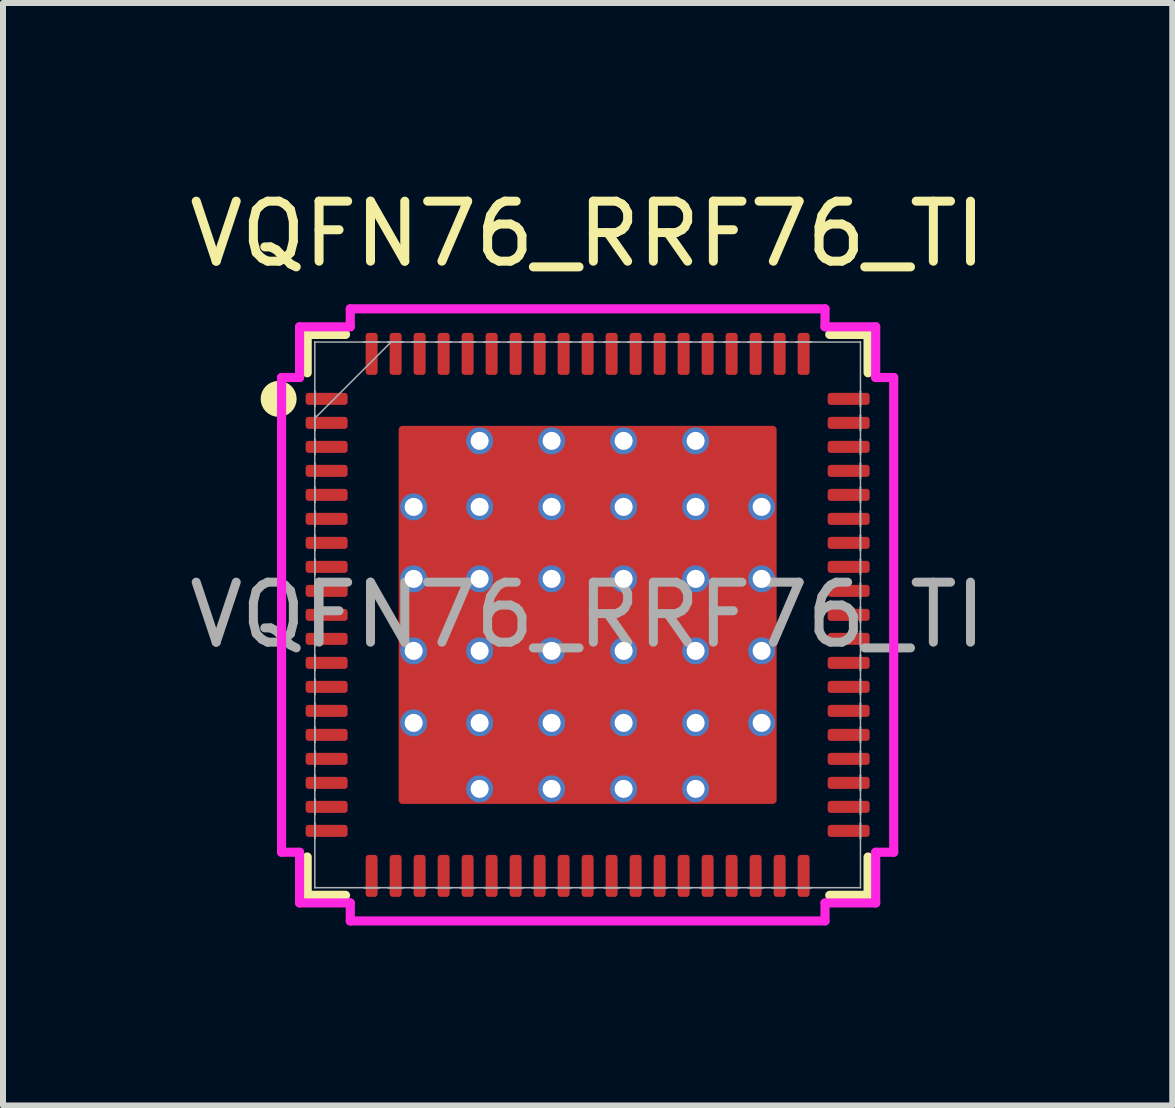
<source format=kicad_pcb>
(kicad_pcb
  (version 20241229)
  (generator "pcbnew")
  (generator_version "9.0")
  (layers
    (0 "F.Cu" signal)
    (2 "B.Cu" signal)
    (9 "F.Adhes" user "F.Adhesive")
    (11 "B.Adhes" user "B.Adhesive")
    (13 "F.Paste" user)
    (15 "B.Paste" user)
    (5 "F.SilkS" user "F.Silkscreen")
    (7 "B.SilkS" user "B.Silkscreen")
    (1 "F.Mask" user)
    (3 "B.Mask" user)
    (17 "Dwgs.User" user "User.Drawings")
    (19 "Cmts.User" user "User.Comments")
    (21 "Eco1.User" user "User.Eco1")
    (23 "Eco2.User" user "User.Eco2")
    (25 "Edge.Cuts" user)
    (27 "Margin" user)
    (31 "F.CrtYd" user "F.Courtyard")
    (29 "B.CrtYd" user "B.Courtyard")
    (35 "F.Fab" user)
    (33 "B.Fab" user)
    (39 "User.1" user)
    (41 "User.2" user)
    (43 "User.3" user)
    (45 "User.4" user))
  (footprint "VQFN76_RRF76_TI"
    (layer "F.Cu")
    (at 6.744 7.198)
    (property "Reference" "VQFN76_RRF76_TI" (at 0 -6.35 0) (unlocked yes) (layer "F.SilkS") (effects (font (size 1 1) (thickness 0.15))))
    (attr smd)
    (fp_line (start -4.674 -4.674) (end -4.674 -4.035) (stroke (width 0.152) (type solid)) (layer "F.SilkS"))
    (fp_line (start -4.674 4.035) (end -4.674 4.674) (stroke (width 0.152) (type solid)) (layer "F.SilkS"))
    (fp_line (start -4.674 4.674) (end -4.035 4.674) (stroke (width 0.152) (type solid)) (layer "F.SilkS"))
    (fp_line (start -4.035 -4.674) (end -4.674 -4.674) (stroke (width 0.152) (type solid)) (layer "F.SilkS"))
    (fp_line (start 4.035 4.674) (end 4.674 4.674) (stroke (width 0.152) (type solid)) (layer "F.SilkS"))
    (fp_line (start 4.674 -4.674) (end 4.035 -4.674) (stroke (width 0.152) (type solid)) (layer "F.SilkS"))
    (fp_line (start 4.674 -4.035) (end 4.674 -4.674) (stroke (width 0.152) (type solid)) (layer "F.SilkS"))
    (fp_line (start 4.674 4.674) (end 4.674 4.035) (stroke (width 0.152) (type solid)) (layer "F.SilkS"))
    (fp_circle (center -5.15 -3.6) (end -5 -3.6) (stroke (width 0.3) (type default)) (fill no) (layer "F.SilkS"))
    (fp_rect (start -2.9 -2.9) (end -1.9 -1.9) (stroke (width 0) (type solid)) (fill yes) (layer "F.Paste"))
    (fp_rect (start -2.9 -1.7) (end -1.9 -0.7) (stroke (width 0) (type solid)) (fill yes) (layer "F.Paste"))
    (fp_rect (start -2.9 -0.5) (end -1.9 0.5) (stroke (width 0) (type solid)) (fill yes) (layer "F.Paste"))
    (fp_rect (start -2.9 0.7) (end -1.9 1.7) (stroke (width 0) (type solid)) (fill yes) (layer "F.Paste"))
    (fp_rect (start -2.9 1.9) (end -1.9 2.9) (stroke (width 0) (type solid)) (fill yes) (layer "F.Paste"))
    (fp_rect (start -1.7 -2.9) (end -0.7 -1.9) (stroke (width 0) (type solid)) (fill yes) (layer "F.Paste"))
    (fp_rect (start -1.7 -1.7) (end -0.7 -0.7) (stroke (width 0) (type solid)) (fill yes) (layer "F.Paste"))
    (fp_rect (start -1.7 -0.5) (end -0.7 0.5) (stroke (width 0) (type solid)) (fill yes) (layer "F.Paste"))
    (fp_rect (start -1.7 0.7) (end -0.7 1.7) (stroke (width 0) (type solid)) (fill yes) (layer "F.Paste"))
    (fp_rect (start -1.7 1.9) (end -0.7 2.9) (stroke (width 0) (type solid)) (fill yes) (layer "F.Paste"))
    (fp_rect (start -0.5 -2.9) (end 0.5 -1.9) (stroke (width 0) (type solid)) (fill yes) (layer "F.Paste"))
    (fp_rect (start -0.5 -1.7) (end 0.5 -0.7) (stroke (width 0) (type solid)) (fill yes) (layer "F.Paste"))
    (fp_rect (start -0.5 -0.5) (end 0.5 0.5) (stroke (width 0) (type solid)) (fill yes) (layer "F.Paste"))
    (fp_rect (start -0.5 0.7) (end 0.5 1.7) (stroke (width 0) (type solid)) (fill yes) (layer "F.Paste"))
    (fp_rect (start -0.5 1.9) (end 0.5 2.9) (stroke (width 0) (type solid)) (fill yes) (layer "F.Paste"))
    (fp_rect (start 0.7 -2.9) (end 1.7 -1.9) (stroke (width 0) (type solid)) (fill yes) (layer "F.Paste"))
    (fp_rect (start 0.7 -1.7) (end 1.7 -0.7) (stroke (width 0) (type solid)) (fill yes) (layer "F.Paste"))
    (fp_rect (start 0.7 -0.5) (end 1.7 0.5) (stroke (width 0) (type solid)) (fill yes) (layer "F.Paste"))
    (fp_rect (start 0.7 0.7) (end 1.7 1.7) (stroke (width 0) (type solid)) (fill yes) (layer "F.Paste"))
    (fp_rect (start 0.7 1.9) (end 1.7 2.9) (stroke (width 0) (type solid)) (fill yes) (layer "F.Paste"))
    (fp_rect (start 1.9 -2.9) (end 2.9 -1.9) (stroke (width 0) (type solid)) (fill yes) (layer "F.Paste"))
    (fp_rect (start 1.9 -1.7) (end 2.9 -0.7) (stroke (width 0) (type solid)) (fill yes) (layer "F.Paste"))
    (fp_rect (start 1.9 -0.5) (end 2.9 0.5) (stroke (width 0) (type solid)) (fill yes) (layer "F.Paste"))
    (fp_rect (start 1.9 0.7) (end 2.9 1.7) (stroke (width 0) (type solid)) (fill yes) (layer "F.Paste"))
    (fp_rect (start 1.9 1.9) (end 2.9 2.9) (stroke (width 0) (type solid)) (fill yes) (layer "F.Paste"))
    (fp_line (start -5.101 -3.956) (end -4.801 -3.956) (stroke (width 0.152) (type solid)) (layer "F.CrtYd"))
    (fp_line (start -5.101 3.956) (end -5.101 -3.956) (stroke (width 0.152) (type solid)) (layer "F.CrtYd"))
    (fp_line (start -4.801 -4.801) (end -3.956 -4.801) (stroke (width 0.152) (type solid)) (layer "F.CrtYd"))
    (fp_line (start -4.801 -3.956) (end -4.801 -4.801) (stroke (width 0.152) (type solid)) (layer "F.CrtYd"))
    (fp_line (start -4.801 3.956) (end -5.101 3.956) (stroke (width 0.152) (type solid)) (layer "F.CrtYd"))
    (fp_line (start -4.801 4.801) (end -4.801 3.956) (stroke (width 0.152) (type solid)) (layer "F.CrtYd"))
    (fp_line (start -3.956 -5.101) (end 3.956 -5.101) (stroke (width 0.152) (type solid)) (layer "F.CrtYd"))
    (fp_line (start -3.956 -4.801) (end -3.956 -5.101) (stroke (width 0.152) (type solid)) (layer "F.CrtYd"))
    (fp_line (start -3.956 4.801) (end -4.801 4.801) (stroke (width 0.152) (type solid)) (layer "F.CrtYd"))
    (fp_line (start -3.956 5.101) (end -3.956 4.801) (stroke (width 0.152) (type solid)) (layer "F.CrtYd"))
    (fp_line (start 3.956 -5.101) (end 3.956 -4.801) (stroke (width 0.152) (type solid)) (layer "F.CrtYd"))
    (fp_line (start 3.956 -4.801) (end 4.801 -4.801) (stroke (width 0.152) (type solid)) (layer "F.CrtYd"))
    (fp_line (start 3.956 4.801) (end 3.956 5.101) (stroke (width 0.152) (type solid)) (layer "F.CrtYd"))
    (fp_line (start 3.956 5.101) (end -3.956 5.101) (stroke (width 0.152) (type solid)) (layer "F.CrtYd"))
    (fp_line (start 4.801 -4.801) (end 4.801 -3.956) (stroke (width 0.152) (type solid)) (layer "F.CrtYd"))
    (fp_line (start 4.801 -3.956) (end 5.101 -3.956) (stroke (width 0.152) (type solid)) (layer "F.CrtYd"))
    (fp_line (start 4.801 3.956) (end 4.801 4.801) (stroke (width 0.152) (type solid)) (layer "F.CrtYd"))
    (fp_line (start 4.801 4.801) (end 3.956 4.801) (stroke (width 0.152) (type solid)) (layer "F.CrtYd"))
    (fp_line (start 5.101 -3.956) (end 5.101 3.956) (stroke (width 0.152) (type solid)) (layer "F.CrtYd"))
    (fp_line (start 5.101 3.956) (end 4.801 3.956) (stroke (width 0.152) (type solid)) (layer "F.CrtYd"))
    (fp_line (start -4.547 -4.547) (end -4.547 -4.547) (stroke (width 0.025) (type solid)) (layer "F.Fab"))
    (fp_line (start -4.547 -4.547) (end -4.547 4.547) (stroke (width 0.025) (type solid)) (layer "F.Fab"))
    (fp_line (start -4.547 -3.727) (end -4.547 -3.727) (stroke (width 0.025) (type solid)) (layer "F.Fab"))
    (fp_line (start -4.547 -3.727) (end -4.547 -3.473) (stroke (width 0.025) (type solid)) (layer "F.Fab"))
    (fp_line (start -4.547 -3.473) (end -4.547 -3.727) (stroke (width 0.025) (type solid)) (layer "F.Fab"))
    (fp_line (start -4.547 -3.473) (end -4.547 -3.473) (stroke (width 0.025) (type solid)) (layer "F.Fab"))
    (fp_line (start -4.547 -3.327) (end -4.547 -3.327) (stroke (width 0.025) (type solid)) (layer "F.Fab"))
    (fp_line (start -4.547 -3.327) (end -4.547 -3.073) (stroke (width 0.025) (type solid)) (layer "F.Fab"))
    (fp_line (start -4.547 -3.277) (end -3.277 -4.547) (stroke (width 0.025) (type solid)) (layer "F.Fab"))
    (fp_line (start -4.547 -3.073) (end -4.547 -3.327) (stroke (width 0.025) (type solid)) (layer "F.Fab"))
    (fp_line (start -4.547 -3.073) (end -4.547 -3.073) (stroke (width 0.025) (type solid)) (layer "F.Fab"))
    (fp_line (start -4.547 -2.927) (end -4.547 -2.927) (stroke (width 0.025) (type solid)) (layer "F.Fab"))
    (fp_line (start -4.547 -2.927) (end -4.547 -2.673) (stroke (width 0.025) (type solid)) (layer "F.Fab"))
    (fp_line (start -4.547 -2.673) (end -4.547 -2.927) (stroke (width 0.025) (type solid)) (layer "F.Fab"))
    (fp_line (start -4.547 -2.673) (end -4.547 -2.673) (stroke (width 0.025) (type solid)) (layer "F.Fab"))
    (fp_line (start -4.547 -2.527) (end -4.547 -2.527) (stroke (width 0.025) (type solid)) (layer "F.Fab"))
    (fp_line (start -4.547 -2.527) (end -4.547 -2.273) (stroke (width 0.025) (type solid)) (layer "F.Fab"))
    (fp_line (start -4.547 -2.273) (end -4.547 -2.527) (stroke (width 0.025) (type solid)) (layer "F.Fab"))
    (fp_line (start -4.547 -2.273) (end -4.547 -2.273) (stroke (width 0.025) (type solid)) (layer "F.Fab"))
    (fp_line (start -4.547 -2.127) (end -4.547 -2.127) (stroke (width 0.025) (type solid)) (layer "F.Fab"))
    (fp_line (start -4.547 -2.127) (end -4.547 -1.873) (stroke (width 0.025) (type solid)) (layer "F.Fab"))
    (fp_line (start -4.547 -1.873) (end -4.547 -2.127) (stroke (width 0.025) (type solid)) (layer "F.Fab"))
    (fp_line (start -4.547 -1.873) (end -4.547 -1.873) (stroke (width 0.025) (type solid)) (layer "F.Fab"))
    (fp_line (start -4.547 -1.727) (end -4.547 -1.727) (stroke (width 0.025) (type solid)) (layer "F.Fab"))
    (fp_line (start -4.547 -1.727) (end -4.547 -1.473) (stroke (width 0.025) (type solid)) (layer "F.Fab"))
    (fp_line (start -4.547 -1.473) (end -4.547 -1.727) (stroke (width 0.025) (type solid)) (layer "F.Fab"))
    (fp_line (start -4.547 -1.473) (end -4.547 -1.473) (stroke (width 0.025) (type solid)) (layer "F.Fab"))
    (fp_line (start -4.547 -1.327) (end -4.547 -1.327) (stroke (width 0.025) (type solid)) (layer "F.Fab"))
    (fp_line (start -4.547 -1.327) (end -4.547 -1.073) (stroke (width 0.025) (type solid)) (layer "F.Fab"))
    (fp_line (start -4.547 -1.073) (end -4.547 -1.327) (stroke (width 0.025) (type solid)) (layer "F.Fab"))
    (fp_line (start -4.547 -1.073) (end -4.547 -1.073) (stroke (width 0.025) (type solid)) (layer "F.Fab"))
    (fp_line (start -4.547 -0.927) (end -4.547 -0.927) (stroke (width 0.025) (type solid)) (layer "F.Fab"))
    (fp_line (start -4.547 -0.927) (end -4.547 -0.673) (stroke (width 0.025) (type solid)) (layer "F.Fab"))
    (fp_line (start -4.547 -0.673) (end -4.547 -0.927) (stroke (width 0.025) (type solid)) (layer "F.Fab"))
    (fp_line (start -4.547 -0.673) (end -4.547 -0.673) (stroke (width 0.025) (type solid)) (layer "F.Fab"))
    (fp_line (start -4.547 -0.527) (end -4.547 -0.527) (stroke (width 0.025) (type solid)) (layer "F.Fab"))
    (fp_line (start -4.547 -0.527) (end -4.547 -0.273) (stroke (width 0.025) (type solid)) (layer "F.Fab"))
    (fp_line (start -4.547 -0.273) (end -4.547 -0.527) (stroke (width 0.025) (type solid)) (layer "F.Fab"))
    (fp_line (start -4.547 -0.273) (end -4.547 -0.273) (stroke (width 0.025) (type solid)) (layer "F.Fab"))
    (fp_line (start -4.547 -0.127) (end -4.547 -0.127) (stroke (width 0.025) (type solid)) (layer "F.Fab"))
    (fp_line (start -4.547 -0.127) (end -4.547 0.127) (stroke (width 0.025) (type solid)) (layer "F.Fab"))
    (fp_line (start -4.547 0.127) (end -4.547 -0.127) (stroke (width 0.025) (type solid)) (layer "F.Fab"))
    (fp_line (start -4.547 0.127) (end -4.547 0.127) (stroke (width 0.025) (type solid)) (layer "F.Fab"))
    (fp_line (start -4.547 0.273) (end -4.547 0.273) (stroke (width 0.025) (type solid)) (layer "F.Fab"))
    (fp_line (start -4.547 0.273) (end -4.547 0.527) (stroke (width 0.025) (type solid)) (layer "F.Fab"))
    (fp_line (start -4.547 0.527) (end -4.547 0.273) (stroke (width 0.025) (type solid)) (layer "F.Fab"))
    (fp_line (start -4.547 0.527) (end -4.547 0.527) (stroke (width 0.025) (type solid)) (layer "F.Fab"))
    (fp_line (start -4.547 0.673) (end -4.547 0.673) (stroke (width 0.025) (type solid)) (layer "F.Fab"))
    (fp_line (start -4.547 0.673) (end -4.547 0.927) (stroke (width 0.025) (type solid)) (layer "F.Fab"))
    (fp_line (start -4.547 0.927) (end -4.547 0.673) (stroke (width 0.025) (type solid)) (layer "F.Fab"))
    (fp_line (start -4.547 0.927) (end -4.547 0.927) (stroke (width 0.025) (type solid)) (layer "F.Fab"))
    (fp_line (start -4.547 1.073) (end -4.547 1.073) (stroke (width 0.025) (type solid)) (layer "F.Fab"))
    (fp_line (start -4.547 1.073) (end -4.547 1.327) (stroke (width 0.025) (type solid)) (layer "F.Fab"))
    (fp_line (start -4.547 1.327) (end -4.547 1.073) (stroke (width 0.025) (type solid)) (layer "F.Fab"))
    (fp_line (start -4.547 1.327) (end -4.547 1.327) (stroke (width 0.025) (type solid)) (layer "F.Fab"))
    (fp_line (start -4.547 1.473) (end -4.547 1.473) (stroke (width 0.025) (type solid)) (layer "F.Fab"))
    (fp_line (start -4.547 1.473) (end -4.547 1.727) (stroke (width 0.025) (type solid)) (layer "F.Fab"))
    (fp_line (start -4.547 1.727) (end -4.547 1.473) (stroke (width 0.025) (type solid)) (layer "F.Fab"))
    (fp_line (start -4.547 1.727) (end -4.547 1.727) (stroke (width 0.025) (type solid)) (layer "F.Fab"))
    (fp_line (start -4.547 1.873) (end -4.547 1.873) (stroke (width 0.025) (type solid)) (layer "F.Fab"))
    (fp_line (start -4.547 1.873) (end -4.547 2.127) (stroke (width 0.025) (type solid)) (layer "F.Fab"))
    (fp_line (start -4.547 2.127) (end -4.547 1.873) (stroke (width 0.025) (type solid)) (layer "F.Fab"))
    (fp_line (start -4.547 2.127) (end -4.547 2.127) (stroke (width 0.025) (type solid)) (layer "F.Fab"))
    (fp_line (start -4.547 2.273) (end -4.547 2.273) (stroke (width 0.025) (type solid)) (layer "F.Fab"))
    (fp_line (start -4.547 2.273) (end -4.547 2.527) (stroke (width 0.025) (type solid)) (layer "F.Fab"))
    (fp_line (start -4.547 2.527) (end -4.547 2.273) (stroke (width 0.025) (type solid)) (layer "F.Fab"))
    (fp_line (start -4.547 2.527) (end -4.547 2.527) (stroke (width 0.025) (type solid)) (layer "F.Fab"))
    (fp_line (start -4.547 2.673) (end -4.547 2.673) (stroke (width 0.025) (type solid)) (layer "F.Fab"))
    (fp_line (start -4.547 2.673) (end -4.547 2.927) (stroke (width 0.025) (type solid)) (layer "F.Fab"))
    (fp_line (start -4.547 2.927) (end -4.547 2.673) (stroke (width 0.025) (type solid)) (layer "F.Fab"))
    (fp_line (start -4.547 2.927) (end -4.547 2.927) (stroke (width 0.025) (type solid)) (layer "F.Fab"))
    (fp_line (start -4.547 3.073) (end -4.547 3.073) (stroke (width 0.025) (type solid)) (layer "F.Fab"))
    (fp_line (start -4.547 3.073) (end -4.547 3.327) (stroke (width 0.025) (type solid)) (layer "F.Fab"))
    (fp_line (start -4.547 3.327) (end -4.547 3.073) (stroke (width 0.025) (type solid)) (layer "F.Fab"))
    (fp_line (start -4.547 3.327) (end -4.547 3.327) (stroke (width 0.025) (type solid)) (layer "F.Fab"))
    (fp_line (start -4.547 3.473) (end -4.547 3.473) (stroke (width 0.025) (type solid)) (layer "F.Fab"))
    (fp_line (start -4.547 3.473) (end -4.547 3.727) (stroke (width 0.025) (type solid)) (layer "F.Fab"))
    (fp_line (start -4.547 3.727) (end -4.547 3.473) (stroke (width 0.025) (type solid)) (layer "F.Fab"))
    (fp_line (start -4.547 3.727) (end -4.547 3.727) (stroke (width 0.025) (type solid)) (layer "F.Fab"))
    (fp_line (start -4.547 4.547) (end -4.547 4.547) (stroke (width 0.025) (type solid)) (layer "F.Fab"))
    (fp_line (start -4.547 4.547) (end 4.547 4.547) (stroke (width 0.025) (type solid)) (layer "F.Fab"))
    (fp_line (start -3.727 -4.547) (end -3.727 -4.547) (stroke (width 0.025) (type solid)) (layer "F.Fab"))
    (fp_line (start -3.727 -4.547) (end -3.473 -4.547) (stroke (width 0.025) (type solid)) (layer "F.Fab"))
    (fp_line (start -3.727 4.547) (end -3.727 4.547) (stroke (width 0.025) (type solid)) (layer "F.Fab"))
    (fp_line (start -3.727 4.547) (end -3.473 4.547) (stroke (width 0.025) (type solid)) (layer "F.Fab"))
    (fp_line (start -3.473 -4.547) (end -3.727 -4.547) (stroke (width 0.025) (type solid)) (layer "F.Fab"))
    (fp_line (start -3.473 -4.547) (end -3.473 -4.547) (stroke (width 0.025) (type solid)) (layer "F.Fab"))
    (fp_line (start -3.473 4.547) (end -3.727 4.547) (stroke (width 0.025) (type solid)) (layer "F.Fab"))
    (fp_line (start -3.473 4.547) (end -3.473 4.547) (stroke (width 0.025) (type solid)) (layer "F.Fab"))
    (fp_line (start -3.327 -4.547) (end -3.327 -4.547) (stroke (width 0.025) (type solid)) (layer "F.Fab"))
    (fp_line (start -3.327 -4.547) (end -3.073 -4.547) (stroke (width 0.025) (type solid)) (layer "F.Fab"))
    (fp_line (start -3.327 4.547) (end -3.327 4.547) (stroke (width 0.025) (type solid)) (layer "F.Fab"))
    (fp_line (start -3.327 4.547) (end -3.073 4.547) (stroke (width 0.025) (type solid)) (layer "F.Fab"))
    (fp_line (start -3.073 -4.547) (end -3.327 -4.547) (stroke (width 0.025) (type solid)) (layer "F.Fab"))
    (fp_line (start -3.073 -4.547) (end -3.073 -4.547) (stroke (width 0.025) (type solid)) (layer "F.Fab"))
    (fp_line (start -3.073 4.547) (end -3.327 4.547) (stroke (width 0.025) (type solid)) (layer "F.Fab"))
    (fp_line (start -3.073 4.547) (end -3.073 4.547) (stroke (width 0.025) (type solid)) (layer "F.Fab"))
    (fp_line (start -2.927 -4.547) (end -2.927 -4.547) (stroke (width 0.025) (type solid)) (layer "F.Fab"))
    (fp_line (start -2.927 -4.547) (end -2.673 -4.547) (stroke (width 0.025) (type solid)) (layer "F.Fab"))
    (fp_line (start -2.927 4.547) (end -2.927 4.547) (stroke (width 0.025) (type solid)) (layer "F.Fab"))
    (fp_line (start -2.927 4.547) (end -2.673 4.547) (stroke (width 0.025) (type solid)) (layer "F.Fab"))
    (fp_line (start -2.673 -4.547) (end -2.927 -4.547) (stroke (width 0.025) (type solid)) (layer "F.Fab"))
    (fp_line (start -2.673 -4.547) (end -2.673 -4.547) (stroke (width 0.025) (type solid)) (layer "F.Fab"))
    (fp_line (start -2.673 4.547) (end -2.927 4.547) (stroke (width 0.025) (type solid)) (layer "F.Fab"))
    (fp_line (start -2.673 4.547) (end -2.673 4.547) (stroke (width 0.025) (type solid)) (layer "F.Fab"))
    (fp_line (start -2.527 -4.547) (end -2.527 -4.547) (stroke (width 0.025) (type solid)) (layer "F.Fab"))
    (fp_line (start -2.527 -4.547) (end -2.273 -4.547) (stroke (width 0.025) (type solid)) (layer "F.Fab"))
    (fp_line (start -2.527 4.547) (end -2.527 4.547) (stroke (width 0.025) (type solid)) (layer "F.Fab"))
    (fp_line (start -2.527 4.547) (end -2.273 4.547) (stroke (width 0.025) (type solid)) (layer "F.Fab"))
    (fp_line (start -2.273 -4.547) (end -2.527 -4.547) (stroke (width 0.025) (type solid)) (layer "F.Fab"))
    (fp_line (start -2.273 -4.547) (end -2.273 -4.547) (stroke (width 0.025) (type solid)) (layer "F.Fab"))
    (fp_line (start -2.273 4.547) (end -2.527 4.547) (stroke (width 0.025) (type solid)) (layer "F.Fab"))
    (fp_line (start -2.273 4.547) (end -2.273 4.547) (stroke (width 0.025) (type solid)) (layer "F.Fab"))
    (fp_line (start -2.127 -4.547) (end -2.127 -4.547) (stroke (width 0.025) (type solid)) (layer "F.Fab"))
    (fp_line (start -2.127 -4.547) (end -1.873 -4.547) (stroke (width 0.025) (type solid)) (layer "F.Fab"))
    (fp_line (start -2.127 4.547) (end -2.127 4.547) (stroke (width 0.025) (type solid)) (layer "F.Fab"))
    (fp_line (start -2.127 4.547) (end -1.873 4.547) (stroke (width 0.025) (type solid)) (layer "F.Fab"))
    (fp_line (start -1.873 -4.547) (end -2.127 -4.547) (stroke (width 0.025) (type solid)) (layer "F.Fab"))
    (fp_line (start -1.873 -4.547) (end -1.873 -4.547) (stroke (width 0.025) (type solid)) (layer "F.Fab"))
    (fp_line (start -1.873 4.547) (end -2.127 4.547) (stroke (width 0.025) (type solid)) (layer "F.Fab"))
    (fp_line (start -1.873 4.547) (end -1.873 4.547) (stroke (width 0.025) (type solid)) (layer "F.Fab"))
    (fp_line (start -1.727 -4.547) (end -1.727 -4.547) (stroke (width 0.025) (type solid)) (layer "F.Fab"))
    (fp_line (start -1.727 -4.547) (end -1.473 -4.547) (stroke (width 0.025) (type solid)) (layer "F.Fab"))
    (fp_line (start -1.727 4.547) (end -1.727 4.547) (stroke (width 0.025) (type solid)) (layer "F.Fab"))
    (fp_line (start -1.727 4.547) (end -1.473 4.547) (stroke (width 0.025) (type solid)) (layer "F.Fab"))
    (fp_line (start -1.473 -4.547) (end -1.727 -4.547) (stroke (width 0.025) (type solid)) (layer "F.Fab"))
    (fp_line (start -1.473 -4.547) (end -1.473 -4.547) (stroke (width 0.025) (type solid)) (layer "F.Fab"))
    (fp_line (start -1.473 4.547) (end -1.727 4.547) (stroke (width 0.025) (type solid)) (layer "F.Fab"))
    (fp_line (start -1.473 4.547) (end -1.473 4.547) (stroke (width 0.025) (type solid)) (layer "F.Fab"))
    (fp_line (start -1.327 -4.547) (end -1.327 -4.547) (stroke (width 0.025) (type solid)) (layer "F.Fab"))
    (fp_line (start -1.327 -4.547) (end -1.073 -4.547) (stroke (width 0.025) (type solid)) (layer "F.Fab"))
    (fp_line (start -1.327 4.547) (end -1.327 4.547) (stroke (width 0.025) (type solid)) (layer "F.Fab"))
    (fp_line (start -1.327 4.547) (end -1.073 4.547) (stroke (width 0.025) (type solid)) (layer "F.Fab"))
    (fp_line (start -1.073 -4.547) (end -1.327 -4.547) (stroke (width 0.025) (type solid)) (layer "F.Fab"))
    (fp_line (start -1.073 -4.547) (end -1.073 -4.547) (stroke (width 0.025) (type solid)) (layer "F.Fab"))
    (fp_line (start -1.073 4.547) (end -1.327 4.547) (stroke (width 0.025) (type solid)) (layer "F.Fab"))
    (fp_line (start -1.073 4.547) (end -1.073 4.547) (stroke (width 0.025) (type solid)) (layer "F.Fab"))
    (fp_line (start -0.927 -4.547) (end -0.927 -4.547) (stroke (width 0.025) (type solid)) (layer "F.Fab"))
    (fp_line (start -0.927 -4.547) (end -0.673 -4.547) (stroke (width 0.025) (type solid)) (layer "F.Fab"))
    (fp_line (start -0.927 4.547) (end -0.927 4.547) (stroke (width 0.025) (type solid)) (layer "F.Fab"))
    (fp_line (start -0.927 4.547) (end -0.673 4.547) (stroke (width 0.025) (type solid)) (layer "F.Fab"))
    (fp_line (start -0.673 -4.547) (end -0.927 -4.547) (stroke (width 0.025) (type solid)) (layer "F.Fab"))
    (fp_line (start -0.673 -4.547) (end -0.673 -4.547) (stroke (width 0.025) (type solid)) (layer "F.Fab"))
    (fp_line (start -0.673 4.547) (end -0.927 4.547) (stroke (width 0.025) (type solid)) (layer "F.Fab"))
    (fp_line (start -0.673 4.547) (end -0.673 4.547) (stroke (width 0.025) (type solid)) (layer "F.Fab"))
    (fp_line (start -0.527 -4.547) (end -0.527 -4.547) (stroke (width 0.025) (type solid)) (layer "F.Fab"))
    (fp_line (start -0.527 -4.547) (end -0.273 -4.547) (stroke (width 0.025) (type solid)) (layer "F.Fab"))
    (fp_line (start -0.527 4.547) (end -0.527 4.547) (stroke (width 0.025) (type solid)) (layer "F.Fab"))
    (fp_line (start -0.527 4.547) (end -0.273 4.547) (stroke (width 0.025) (type solid)) (layer "F.Fab"))
    (fp_line (start -0.273 -4.547) (end -0.527 -4.547) (stroke (width 0.025) (type solid)) (layer "F.Fab"))
    (fp_line (start -0.273 -4.547) (end -0.273 -4.547) (stroke (width 0.025) (type solid)) (layer "F.Fab"))
    (fp_line (start -0.273 4.547) (end -0.527 4.547) (stroke (width 0.025) (type solid)) (layer "F.Fab"))
    (fp_line (start -0.273 4.547) (end -0.273 4.547) (stroke (width 0.025) (type solid)) (layer "F.Fab"))
    (fp_line (start -0.127 -4.547) (end -0.127 -4.547) (stroke (width 0.025) (type solid)) (layer "F.Fab"))
    (fp_line (start -0.127 -4.547) (end 0.127 -4.547) (stroke (width 0.025) (type solid)) (layer "F.Fab"))
    (fp_line (start -0.127 4.547) (end -0.127 4.547) (stroke (width 0.025) (type solid)) (layer "F.Fab"))
    (fp_line (start -0.127 4.547) (end 0.127 4.547) (stroke (width 0.025) (type solid)) (layer "F.Fab"))
    (fp_line (start 0.127 -4.547) (end -0.127 -4.547) (stroke (width 0.025) (type solid)) (layer "F.Fab"))
    (fp_line (start 0.127 -4.547) (end 0.127 -4.547) (stroke (width 0.025) (type solid)) (layer "F.Fab"))
    (fp_line (start 0.127 4.547) (end -0.127 4.547) (stroke (width 0.025) (type solid)) (layer "F.Fab"))
    (fp_line (start 0.127 4.547) (end 0.127 4.547) (stroke (width 0.025) (type solid)) (layer "F.Fab"))
    (fp_line (start 0.273 -4.547) (end 0.273 -4.547) (stroke (width 0.025) (type solid)) (layer "F.Fab"))
    (fp_line (start 0.273 -4.547) (end 0.527 -4.547) (stroke (width 0.025) (type solid)) (layer "F.Fab"))
    (fp_line (start 0.273 4.547) (end 0.273 4.547) (stroke (width 0.025) (type solid)) (layer "F.Fab"))
    (fp_line (start 0.273 4.547) (end 0.527 4.547) (stroke (width 0.025) (type solid)) (layer "F.Fab"))
    (fp_line (start 0.527 -4.547) (end 0.273 -4.547) (stroke (width 0.025) (type solid)) (layer "F.Fab"))
    (fp_line (start 0.527 -4.547) (end 0.527 -4.547) (stroke (width 0.025) (type solid)) (layer "F.Fab"))
    (fp_line (start 0.527 4.547) (end 0.273 4.547) (stroke (width 0.025) (type solid)) (layer "F.Fab"))
    (fp_line (start 0.527 4.547) (end 0.527 4.547) (stroke (width 0.025) (type solid)) (layer "F.Fab"))
    (fp_line (start 0.673 -4.547) (end 0.673 -4.547) (stroke (width 0.025) (type solid)) (layer "F.Fab"))
    (fp_line (start 0.673 -4.547) (end 0.927 -4.547) (stroke (width 0.025) (type solid)) (layer "F.Fab"))
    (fp_line (start 0.673 4.547) (end 0.673 4.547) (stroke (width 0.025) (type solid)) (layer "F.Fab"))
    (fp_line (start 0.673 4.547) (end 0.927 4.547) (stroke (width 0.025) (type solid)) (layer "F.Fab"))
    (fp_line (start 0.927 -4.547) (end 0.673 -4.547) (stroke (width 0.025) (type solid)) (layer "F.Fab"))
    (fp_line (start 0.927 -4.547) (end 0.927 -4.547) (stroke (width 0.025) (type solid)) (layer "F.Fab"))
    (fp_line (start 0.927 4.547) (end 0.673 4.547) (stroke (width 0.025) (type solid)) (layer "F.Fab"))
    (fp_line (start 0.927 4.547) (end 0.927 4.547) (stroke (width 0.025) (type solid)) (layer "F.Fab"))
    (fp_line (start 1.073 -4.547) (end 1.073 -4.547) (stroke (width 0.025) (type solid)) (layer "F.Fab"))
    (fp_line (start 1.073 -4.547) (end 1.327 -4.547) (stroke (width 0.025) (type solid)) (layer "F.Fab"))
    (fp_line (start 1.073 4.547) (end 1.073 4.547) (stroke (width 0.025) (type solid)) (layer "F.Fab"))
    (fp_line (start 1.073 4.547) (end 1.327 4.547) (stroke (width 0.025) (type solid)) (layer "F.Fab"))
    (fp_line (start 1.327 -4.547) (end 1.073 -4.547) (stroke (width 0.025) (type solid)) (layer "F.Fab"))
    (fp_line (start 1.327 -4.547) (end 1.327 -4.547) (stroke (width 0.025) (type solid)) (layer "F.Fab"))
    (fp_line (start 1.327 4.547) (end 1.073 4.547) (stroke (width 0.025) (type solid)) (layer "F.Fab"))
    (fp_line (start 1.327 4.547) (end 1.327 4.547) (stroke (width 0.025) (type solid)) (layer "F.Fab"))
    (fp_line (start 1.473 -4.547) (end 1.473 -4.547) (stroke (width 0.025) (type solid)) (layer "F.Fab"))
    (fp_line (start 1.473 -4.547) (end 1.727 -4.547) (stroke (width 0.025) (type solid)) (layer "F.Fab"))
    (fp_line (start 1.473 4.547) (end 1.473 4.547) (stroke (width 0.025) (type solid)) (layer "F.Fab"))
    (fp_line (start 1.473 4.547) (end 1.727 4.547) (stroke (width 0.025) (type solid)) (layer "F.Fab"))
    (fp_line (start 1.727 -4.547) (end 1.473 -4.547) (stroke (width 0.025) (type solid)) (layer "F.Fab"))
    (fp_line (start 1.727 -4.547) (end 1.727 -4.547) (stroke (width 0.025) (type solid)) (layer "F.Fab"))
    (fp_line (start 1.727 4.547) (end 1.473 4.547) (stroke (width 0.025) (type solid)) (layer "F.Fab"))
    (fp_line (start 1.727 4.547) (end 1.727 4.547) (stroke (width 0.025) (type solid)) (layer "F.Fab"))
    (fp_line (start 1.873 -4.547) (end 1.873 -4.547) (stroke (width 0.025) (type solid)) (layer "F.Fab"))
    (fp_line (start 1.873 -4.547) (end 2.127 -4.547) (stroke (width 0.025) (type solid)) (layer "F.Fab"))
    (fp_line (start 1.873 4.547) (end 1.873 4.547) (stroke (width 0.025) (type solid)) (layer "F.Fab"))
    (fp_line (start 1.873 4.547) (end 2.127 4.547) (stroke (width 0.025) (type solid)) (layer "F.Fab"))
    (fp_line (start 2.127 -4.547) (end 1.873 -4.547) (stroke (width 0.025) (type solid)) (layer "F.Fab"))
    (fp_line (start 2.127 -4.547) (end 2.127 -4.547) (stroke (width 0.025) (type solid)) (layer "F.Fab"))
    (fp_line (start 2.127 4.547) (end 1.873 4.547) (stroke (width 0.025) (type solid)) (layer "F.Fab"))
    (fp_line (start 2.127 4.547) (end 2.127 4.547) (stroke (width 0.025) (type solid)) (layer "F.Fab"))
    (fp_line (start 2.273 -4.547) (end 2.273 -4.547) (stroke (width 0.025) (type solid)) (layer "F.Fab"))
    (fp_line (start 2.273 -4.547) (end 2.527 -4.547) (stroke (width 0.025) (type solid)) (layer "F.Fab"))
    (fp_line (start 2.273 4.547) (end 2.273 4.547) (stroke (width 0.025) (type solid)) (layer "F.Fab"))
    (fp_line (start 2.273 4.547) (end 2.527 4.547) (stroke (width 0.025) (type solid)) (layer "F.Fab"))
    (fp_line (start 2.527 -4.547) (end 2.273 -4.547) (stroke (width 0.025) (type solid)) (layer "F.Fab"))
    (fp_line (start 2.527 -4.547) (end 2.527 -4.547) (stroke (width 0.025) (type solid)) (layer "F.Fab"))
    (fp_line (start 2.527 4.547) (end 2.273 4.547) (stroke (width 0.025) (type solid)) (layer "F.Fab"))
    (fp_line (start 2.527 4.547) (end 2.527 4.547) (stroke (width 0.025) (type solid)) (layer "F.Fab"))
    (fp_line (start 2.673 -4.547) (end 2.673 -4.547) (stroke (width 0.025) (type solid)) (layer "F.Fab"))
    (fp_line (start 2.673 -4.547) (end 2.927 -4.547) (stroke (width 0.025) (type solid)) (layer "F.Fab"))
    (fp_line (start 2.673 4.547) (end 2.673 4.547) (stroke (width 0.025) (type solid)) (layer "F.Fab"))
    (fp_line (start 2.673 4.547) (end 2.927 4.547) (stroke (width 0.025) (type solid)) (layer "F.Fab"))
    (fp_line (start 2.927 -4.547) (end 2.673 -4.547) (stroke (width 0.025) (type solid)) (layer "F.Fab"))
    (fp_line (start 2.927 -4.547) (end 2.927 -4.547) (stroke (width 0.025) (type solid)) (layer "F.Fab"))
    (fp_line (start 2.927 4.547) (end 2.673 4.547) (stroke (width 0.025) (type solid)) (layer "F.Fab"))
    (fp_line (start 2.927 4.547) (end 2.927 4.547) (stroke (width 0.025) (type solid)) (layer "F.Fab"))
    (fp_line (start 3.073 -4.547) (end 3.073 -4.547) (stroke (width 0.025) (type solid)) (layer "F.Fab"))
    (fp_line (start 3.073 -4.547) (end 3.327 -4.547) (stroke (width 0.025) (type solid)) (layer "F.Fab"))
    (fp_line (start 3.073 4.547) (end 3.073 4.547) (stroke (width 0.025) (type solid)) (layer "F.Fab"))
    (fp_line (start 3.073 4.547) (end 3.327 4.547) (stroke (width 0.025) (type solid)) (layer "F.Fab"))
    (fp_line (start 3.327 -4.547) (end 3.073 -4.547) (stroke (width 0.025) (type solid)) (layer "F.Fab"))
    (fp_line (start 3.327 -4.547) (end 3.327 -4.547) (stroke (width 0.025) (type solid)) (layer "F.Fab"))
    (fp_line (start 3.327 4.547) (end 3.073 4.547) (stroke (width 0.025) (type solid)) (layer "F.Fab"))
    (fp_line (start 3.327 4.547) (end 3.327 4.547) (stroke (width 0.025) (type solid)) (layer "F.Fab"))
    (fp_line (start 3.473 -4.547) (end 3.473 -4.547) (stroke (width 0.025) (type solid)) (layer "F.Fab"))
    (fp_line (start 3.473 -4.547) (end 3.727 -4.547) (stroke (width 0.025) (type solid)) (layer "F.Fab"))
    (fp_line (start 3.473 4.547) (end 3.473 4.547) (stroke (width 0.025) (type solid)) (layer "F.Fab"))
    (fp_line (start 3.473 4.547) (end 3.727 4.547) (stroke (width 0.025) (type solid)) (layer "F.Fab"))
    (fp_line (start 3.727 -4.547) (end 3.473 -4.547) (stroke (width 0.025) (type solid)) (layer "F.Fab"))
    (fp_line (start 3.727 -4.547) (end 3.727 -4.547) (stroke (width 0.025) (type solid)) (layer "F.Fab"))
    (fp_line (start 3.727 4.547) (end 3.473 4.547) (stroke (width 0.025) (type solid)) (layer "F.Fab"))
    (fp_line (start 3.727 4.547) (end 3.727 4.547) (stroke (width 0.025) (type solid)) (layer "F.Fab"))
    (fp_line (start 4.547 -4.547) (end -4.547 -4.547) (stroke (width 0.025) (type solid)) (layer "F.Fab"))
    (fp_line (start 4.547 -4.547) (end 4.547 -4.547) (stroke (width 0.025) (type solid)) (layer "F.Fab"))
    (fp_line (start 4.547 -3.727) (end 4.547 -3.727) (stroke (width 0.025) (type solid)) (layer "F.Fab"))
    (fp_line (start 4.547 -3.727) (end 4.547 -3.473) (stroke (width 0.025) (type solid)) (layer "F.Fab"))
    (fp_line (start 4.547 -3.473) (end 4.547 -3.727) (stroke (width 0.025) (type solid)) (layer "F.Fab"))
    (fp_line (start 4.547 -3.473) (end 4.547 -3.473) (stroke (width 0.025) (type solid)) (layer "F.Fab"))
    (fp_line (start 4.547 -3.327) (end 4.547 -3.327) (stroke (width 0.025) (type solid)) (layer "F.Fab"))
    (fp_line (start 4.547 -3.327) (end 4.547 -3.073) (stroke (width 0.025) (type solid)) (layer "F.Fab"))
    (fp_line (start 4.547 -3.073) (end 4.547 -3.327) (stroke (width 0.025) (type solid)) (layer "F.Fab"))
    (fp_line (start 4.547 -3.073) (end 4.547 -3.073) (stroke (width 0.025) (type solid)) (layer "F.Fab"))
    (fp_line (start 4.547 -2.927) (end 4.547 -2.927) (stroke (width 0.025) (type solid)) (layer "F.Fab"))
    (fp_line (start 4.547 -2.927) (end 4.547 -2.673) (stroke (width 0.025) (type solid)) (layer "F.Fab"))
    (fp_line (start 4.547 -2.673) (end 4.547 -2.927) (stroke (width 0.025) (type solid)) (layer "F.Fab"))
    (fp_line (start 4.547 -2.673) (end 4.547 -2.673) (stroke (width 0.025) (type solid)) (layer "F.Fab"))
    (fp_line (start 4.547 -2.527) (end 4.547 -2.527) (stroke (width 0.025) (type solid)) (layer "F.Fab"))
    (fp_line (start 4.547 -2.527) (end 4.547 -2.273) (stroke (width 0.025) (type solid)) (layer "F.Fab"))
    (fp_line (start 4.547 -2.273) (end 4.547 -2.527) (stroke (width 0.025) (type solid)) (layer "F.Fab"))
    (fp_line (start 4.547 -2.273) (end 4.547 -2.273) (stroke (width 0.025) (type solid)) (layer "F.Fab"))
    (fp_line (start 4.547 -2.127) (end 4.547 -2.127) (stroke (width 0.025) (type solid)) (layer "F.Fab"))
    (fp_line (start 4.547 -2.127) (end 4.547 -1.873) (stroke (width 0.025) (type solid)) (layer "F.Fab"))
    (fp_line (start 4.547 -1.873) (end 4.547 -2.127) (stroke (width 0.025) (type solid)) (layer "F.Fab"))
    (fp_line (start 4.547 -1.873) (end 4.547 -1.873) (stroke (width 0.025) (type solid)) (layer "F.Fab"))
    (fp_line (start 4.547 -1.727) (end 4.547 -1.727) (stroke (width 0.025) (type solid)) (layer "F.Fab"))
    (fp_line (start 4.547 -1.727) (end 4.547 -1.473) (stroke (width 0.025) (type solid)) (layer "F.Fab"))
    (fp_line (start 4.547 -1.473) (end 4.547 -1.727) (stroke (width 0.025) (type solid)) (layer "F.Fab"))
    (fp_line (start 4.547 -1.473) (end 4.547 -1.473) (stroke (width 0.025) (type solid)) (layer "F.Fab"))
    (fp_line (start 4.547 -1.327) (end 4.547 -1.327) (stroke (width 0.025) (type solid)) (layer "F.Fab"))
    (fp_line (start 4.547 -1.327) (end 4.547 -1.073) (stroke (width 0.025) (type solid)) (layer "F.Fab"))
    (fp_line (start 4.547 -1.073) (end 4.547 -1.327) (stroke (width 0.025) (type solid)) (layer "F.Fab"))
    (fp_line (start 4.547 -1.073) (end 4.547 -1.073) (stroke (width 0.025) (type solid)) (layer "F.Fab"))
    (fp_line (start 4.547 -0.927) (end 4.547 -0.927) (stroke (width 0.025) (type solid)) (layer "F.Fab"))
    (fp_line (start 4.547 -0.927) (end 4.547 -0.673) (stroke (width 0.025) (type solid)) (layer "F.Fab"))
    (fp_line (start 4.547 -0.673) (end 4.547 -0.927) (stroke (width 0.025) (type solid)) (layer "F.Fab"))
    (fp_line (start 4.547 -0.673) (end 4.547 -0.673) (stroke (width 0.025) (type solid)) (layer "F.Fab"))
    (fp_line (start 4.547 -0.527) (end 4.547 -0.527) (stroke (width 0.025) (type solid)) (layer "F.Fab"))
    (fp_line (start 4.547 -0.527) (end 4.547 -0.273) (stroke (width 0.025) (type solid)) (layer "F.Fab"))
    (fp_line (start 4.547 -0.273) (end 4.547 -0.527) (stroke (width 0.025) (type solid)) (layer "F.Fab"))
    (fp_line (start 4.547 -0.273) (end 4.547 -0.273) (stroke (width 0.025) (type solid)) (layer "F.Fab"))
    (fp_line (start 4.547 -0.127) (end 4.547 -0.127) (stroke (width 0.025) (type solid)) (layer "F.Fab"))
    (fp_line (start 4.547 -0.127) (end 4.547 0.127) (stroke (width 0.025) (type solid)) (layer "F.Fab"))
    (fp_line (start 4.547 0.127) (end 4.547 -0.127) (stroke (width 0.025) (type solid)) (layer "F.Fab"))
    (fp_line (start 4.547 0.127) (end 4.547 0.127) (stroke (width 0.025) (type solid)) (layer "F.Fab"))
    (fp_line (start 4.547 0.273) (end 4.547 0.273) (stroke (width 0.025) (type solid)) (layer "F.Fab"))
    (fp_line (start 4.547 0.273) (end 4.547 0.527) (stroke (width 0.025) (type solid)) (layer "F.Fab"))
    (fp_line (start 4.547 0.527) (end 4.547 0.273) (stroke (width 0.025) (type solid)) (layer "F.Fab"))
    (fp_line (start 4.547 0.527) (end 4.547 0.527) (stroke (width 0.025) (type solid)) (layer "F.Fab"))
    (fp_line (start 4.547 0.673) (end 4.547 0.673) (stroke (width 0.025) (type solid)) (layer "F.Fab"))
    (fp_line (start 4.547 0.673) (end 4.547 0.927) (stroke (width 0.025) (type solid)) (layer "F.Fab"))
    (fp_line (start 4.547 0.927) (end 4.547 0.673) (stroke (width 0.025) (type solid)) (layer "F.Fab"))
    (fp_line (start 4.547 0.927) (end 4.547 0.927) (stroke (width 0.025) (type solid)) (layer "F.Fab"))
    (fp_line (start 4.547 1.073) (end 4.547 1.073) (stroke (width 0.025) (type solid)) (layer "F.Fab"))
    (fp_line (start 4.547 1.073) (end 4.547 1.327) (stroke (width 0.025) (type solid)) (layer "F.Fab"))
    (fp_line (start 4.547 1.327) (end 4.547 1.073) (stroke (width 0.025) (type solid)) (layer "F.Fab"))
    (fp_line (start 4.547 1.327) (end 4.547 1.327) (stroke (width 0.025) (type solid)) (layer "F.Fab"))
    (fp_line (start 4.547 1.473) (end 4.547 1.473) (stroke (width 0.025) (type solid)) (layer "F.Fab"))
    (fp_line (start 4.547 1.473) (end 4.547 1.727) (stroke (width 0.025) (type solid)) (layer "F.Fab"))
    (fp_line (start 4.547 1.727) (end 4.547 1.473) (stroke (width 0.025) (type solid)) (layer "F.Fab"))
    (fp_line (start 4.547 1.727) (end 4.547 1.727) (stroke (width 0.025) (type solid)) (layer "F.Fab"))
    (fp_line (start 4.547 1.873) (end 4.547 1.873) (stroke (width 0.025) (type solid)) (layer "F.Fab"))
    (fp_line (start 4.547 1.873) (end 4.547 2.127) (stroke (width 0.025) (type solid)) (layer "F.Fab"))
    (fp_line (start 4.547 2.127) (end 4.547 1.873) (stroke (width 0.025) (type solid)) (layer "F.Fab"))
    (fp_line (start 4.547 2.127) (end 4.547 2.127) (stroke (width 0.025) (type solid)) (layer "F.Fab"))
    (fp_line (start 4.547 2.273) (end 4.547 2.273) (stroke (width 0.025) (type solid)) (layer "F.Fab"))
    (fp_line (start 4.547 2.273) (end 4.547 2.527) (stroke (width 0.025) (type solid)) (layer "F.Fab"))
    (fp_line (start 4.547 2.527) (end 4.547 2.273) (stroke (width 0.025) (type solid)) (layer "F.Fab"))
    (fp_line (start 4.547 2.527) (end 4.547 2.527) (stroke (width 0.025) (type solid)) (layer "F.Fab"))
    (fp_line (start 4.547 2.673) (end 4.547 2.673) (stroke (width 0.025) (type solid)) (layer "F.Fab"))
    (fp_line (start 4.547 2.673) (end 4.547 2.927) (stroke (width 0.025) (type solid)) (layer "F.Fab"))
    (fp_line (start 4.547 2.927) (end 4.547 2.673) (stroke (width 0.025) (type solid)) (layer "F.Fab"))
    (fp_line (start 4.547 2.927) (end 4.547 2.927) (stroke (width 0.025) (type solid)) (layer "F.Fab"))
    (fp_line (start 4.547 3.073) (end 4.547 3.073) (stroke (width 0.025) (type solid)) (layer "F.Fab"))
    (fp_line (start 4.547 3.073) (end 4.547 3.327) (stroke (width 0.025) (type solid)) (layer "F.Fab"))
    (fp_line (start 4.547 3.327) (end 4.547 3.073) (stroke (width 0.025) (type solid)) (layer "F.Fab"))
    (fp_line (start 4.547 3.327) (end 4.547 3.327) (stroke (width 0.025) (type solid)) (layer "F.Fab"))
    (fp_line (start 4.547 3.473) (end 4.547 3.473) (stroke (width 0.025) (type solid)) (layer "F.Fab"))
    (fp_line (start 4.547 3.473) (end 4.547 3.727) (stroke (width 0.025) (type solid)) (layer "F.Fab"))
    (fp_line (start 4.547 3.727) (end 4.547 3.473) (stroke (width 0.025) (type solid)) (layer "F.Fab"))
    (fp_line (start 4.547 3.727) (end 4.547 3.727) (stroke (width 0.025) (type solid)) (layer "F.Fab"))
    (fp_line (start 4.547 4.547) (end 4.547 -4.547) (stroke (width 0.025) (type solid)) (layer "F.Fab"))
    (fp_line (start 4.547 4.547) (end 4.547 4.547) (stroke (width 0.025) (type solid)) (layer "F.Fab"))
    (fp_text user "${REFERENCE}" (at 0 0 0) (unlocked yes) (layer "F.Fab") (effects (font (size 1 1) (thickness 0.15))))
    (pad "" thru_hole circle (at -2.9 -1.8 270) (size 0.45 0.45) (drill 0.3) (layers "*.Cu"))
    (pad "" thru_hole circle (at -2.9 -0.6 270) (size 0.45 0.45) (drill 0.3) (layers "*.Cu"))
    (pad "" thru_hole circle (at -2.9 0.6 90) (size 0.45 0.45) (drill 0.3) (layers "*.Cu"))
    (pad "" thru_hole circle (at -2.9 1.8 90) (size 0.45 0.45) (drill 0.3) (layers "*.Cu"))
    (pad "" thru_hole circle (at -1.8 -2.9 180) (size 0.45 0.45) (drill 0.3) (layers "*.Cu"))
    (pad "" thru_hole circle (at -1.8 -1.8 270) (size 0.45 0.45) (drill 0.3) (layers "*.Cu"))
    (pad "" thru_hole circle (at -1.8 -0.6 270) (size 0.45 0.45) (drill 0.3) (layers "*.Cu"))
    (pad "" thru_hole circle (at -1.8 0.6 90) (size 0.45 0.45) (drill 0.3) (layers "*.Cu"))
    (pad "" thru_hole circle (at -1.8 1.8 90) (size 0.45 0.45) (drill 0.3) (layers "*.Cu"))
    (pad "" thru_hole circle (at -1.8 2.9 180) (size 0.45 0.45) (drill 0.3) (layers "*.Cu"))
    (pad "" thru_hole circle (at -0.6 -2.9 180) (size 0.45 0.45) (drill 0.3) (layers "*.Cu"))
    (pad "" thru_hole circle (at -0.6 -1.8 270) (size 0.45 0.45) (drill 0.3) (layers "*.Cu"))
    (pad "" thru_hole circle (at -0.6 -0.6 270) (size 0.45 0.45) (drill 0.3) (layers "*.Cu"))
    (pad "" thru_hole circle (at -0.6 0.6 90) (size 0.45 0.45) (drill 0.3) (layers "*.Cu"))
    (pad "" thru_hole circle (at -0.6 1.8 90) (size 0.45 0.45) (drill 0.3) (layers "*.Cu"))
    (pad "" thru_hole circle (at -0.6 2.9 180) (size 0.45 0.45) (drill 0.3) (layers "*.Cu"))
    (pad "" thru_hole circle (at 0.6 -2.9 180) (size 0.45 0.45) (drill 0.3) (layers "*.Cu"))
    (pad "" thru_hole circle (at 0.6 -1.8 90) (size 0.45 0.45) (drill 0.3) (layers "*.Cu"))
    (pad "" thru_hole circle (at 0.6 -0.6 90) (size 0.45 0.45) (drill 0.3) (layers "*.Cu"))
    (pad "" thru_hole circle (at 0.6 0.6 270) (size 0.45 0.45) (drill 0.3) (layers "*.Cu"))
    (pad "" thru_hole circle (at 0.6 1.8 270) (size 0.45 0.45) (drill 0.3) (layers "*.Cu"))
    (pad "" thru_hole circle (at 0.6 2.9 180) (size 0.45 0.45) (drill 0.3) (layers "*.Cu"))
    (pad "" thru_hole circle (at 1.8 -2.9 180) (size 0.45 0.45) (drill 0.3) (layers "*.Cu"))
    (pad "" thru_hole circle (at 1.8 -1.8 90) (size 0.45 0.45) (drill 0.3) (layers "*.Cu"))
    (pad "" thru_hole circle (at 1.8 -0.6 90) (size 0.45 0.45) (drill 0.3) (layers "*.Cu"))
    (pad "" thru_hole circle (at 1.8 0.6 270) (size 0.45 0.45) (drill 0.3) (layers "*.Cu"))
    (pad "" thru_hole circle (at 1.8 1.8 270) (size 0.45 0.45) (drill 0.3) (layers "*.Cu"))
    (pad "" thru_hole circle (at 1.8 2.9 180) (size 0.45 0.45) (drill 0.3) (layers "*.Cu"))
    (pad "" thru_hole circle (at 2.9 -1.8 90) (size 0.45 0.45) (drill 0.3) (layers "*.Cu"))
    (pad "" thru_hole circle (at 2.9 -0.6 90) (size 0.45 0.45) (drill 0.3) (layers "*.Cu"))
    (pad "" thru_hole circle (at 2.9 0.6 270) (size 0.45 0.45) (drill 0.3) (layers "*.Cu"))
    (pad "" thru_hole circle (at 2.9 1.8 270) (size 0.45 0.45) (drill 0.3) (layers "*.Cu"))
    (pad "1" smd roundrect (at -4.35 -3.6 90) (size 0.2 0.7) (layers "F.Cu" "F.Mask" "F.Paste") (roundrect_rratio 0.25))
    (pad "2" smd roundrect (at -4.35 -3.2 90) (size 0.2 0.7) (layers "F.Cu" "F.Mask" "F.Paste") (roundrect_rratio 0.25))
    (pad "3" smd roundrect (at -4.35 -2.8 90) (size 0.2 0.7) (layers "F.Cu" "F.Mask" "F.Paste") (roundrect_rratio 0.25))
    (pad "4" smd roundrect (at -4.35 -2.4 90) (size 0.2 0.7) (layers "F.Cu" "F.Mask" "F.Paste") (roundrect_rratio 0.25))
    (pad "5" smd roundrect (at -4.35 -2 90) (size 0.2 0.7) (layers "F.Cu" "F.Mask" "F.Paste") (roundrect_rratio 0.25))
    (pad "6" smd roundrect (at -4.35 -1.6 90) (size 0.2 0.7) (layers "F.Cu" "F.Mask" "F.Paste") (roundrect_rratio 0.25))
    (pad "7" smd roundrect (at -4.35 -1.2 90) (size 0.2 0.7) (layers "F.Cu" "F.Mask" "F.Paste") (roundrect_rratio 0.25))
    (pad "8" smd roundrect (at -4.35 -0.8 90) (size 0.2 0.7) (layers "F.Cu" "F.Mask" "F.Paste") (roundrect_rratio 0.25))
    (pad "9" smd roundrect (at -4.35 -0.4 90) (size 0.2 0.7) (layers "F.Cu" "F.Mask" "F.Paste") (roundrect_rratio 0.25))
    (pad "10" smd roundrect (at -4.35 0 90) (size 0.2 0.7) (layers "F.Cu" "F.Mask" "F.Paste") (roundrect_rratio 0.25))
    (pad "11" smd roundrect (at -4.35 0.4 90) (size 0.2 0.7) (layers "F.Cu" "F.Mask" "F.Paste") (roundrect_rratio 0.25))
    (pad "12" smd roundrect (at -4.35 0.8 90) (size 0.2 0.7) (layers "F.Cu" "F.Mask" "F.Paste") (roundrect_rratio 0.25))
    (pad "13" smd roundrect (at -4.35 1.2 90) (size 0.2 0.7) (layers "F.Cu" "F.Mask" "F.Paste") (roundrect_rratio 0.25))
    (pad "14" smd roundrect (at -4.35 1.6 90) (size 0.2 0.7) (layers "F.Cu" "F.Mask" "F.Paste") (roundrect_rratio 0.25))
    (pad "15" smd roundrect (at -4.35 2 90) (size 0.2 0.7) (layers "F.Cu" "F.Mask" "F.Paste") (roundrect_rratio 0.25))
    (pad "16" smd roundrect (at -4.35 2.4 90) (size 0.2 0.7) (layers "F.Cu" "F.Mask" "F.Paste") (roundrect_rratio 0.25))
    (pad "17" smd roundrect (at -4.35 2.8 90) (size 0.2 0.7) (layers "F.Cu" "F.Mask" "F.Paste") (roundrect_rratio 0.25))
    (pad "18" smd roundrect (at -4.35 3.2 90) (size 0.2 0.7) (layers "F.Cu" "F.Mask" "F.Paste") (roundrect_rratio 0.25))
    (pad "19" smd roundrect (at -4.35 3.6 90) (size 0.2 0.7) (layers "F.Cu" "F.Mask" "F.Paste") (roundrect_rratio 0.25))
    (pad "20" smd roundrect (at -3.6 4.35) (size 0.2 0.7) (layers "F.Cu" "F.Mask" "F.Paste") (roundrect_rratio 0.25))
    (pad "21" smd roundrect (at -3.2 4.35) (size 0.2 0.7) (layers "F.Cu" "F.Mask" "F.Paste") (roundrect_rratio 0.25))
    (pad "22" smd roundrect (at -2.8 4.35) (size 0.2 0.7) (layers "F.Cu" "F.Mask" "F.Paste") (roundrect_rratio 0.25))
    (pad "23" smd roundrect (at -2.4 4.35) (size 0.2 0.7) (layers "F.Cu" "F.Mask" "F.Paste") (roundrect_rratio 0.25))
    (pad "24" smd roundrect (at -2 4.35) (size 0.2 0.7) (layers "F.Cu" "F.Mask" "F.Paste") (roundrect_rratio 0.25))
    (pad "25" smd roundrect (at -1.6 4.35) (size 0.2 0.7) (layers "F.Cu" "F.Mask" "F.Paste") (roundrect_rratio 0.25))
    (pad "26" smd roundrect (at -1.2 4.35) (size 0.2 0.7) (layers "F.Cu" "F.Mask" "F.Paste") (roundrect_rratio 0.25))
    (pad "27" smd roundrect (at -0.8 4.35) (size 0.2 0.7) (layers "F.Cu" "F.Mask" "F.Paste") (roundrect_rratio 0.25))
    (pad "28" smd roundrect (at -0.4 4.35) (size 0.2 0.7) (layers "F.Cu" "F.Mask" "F.Paste") (roundrect_rratio 0.25))
    (pad "29" smd roundrect (at 0 4.35) (size 0.2 0.7) (layers "F.Cu" "F.Mask" "F.Paste") (roundrect_rratio 0.25))
    (pad "30" smd roundrect (at 0.4 4.35) (size 0.2 0.7) (layers "F.Cu" "F.Mask" "F.Paste") (roundrect_rratio 0.25))
    (pad "31" smd roundrect (at 0.8 4.35) (size 0.2 0.7) (layers "F.Cu" "F.Mask" "F.Paste") (roundrect_rratio 0.25))
    (pad "32" smd roundrect (at 1.2 4.35) (size 0.2 0.7) (layers "F.Cu" "F.Mask" "F.Paste") (roundrect_rratio 0.25))
    (pad "33" smd roundrect (at 1.6 4.35) (size 0.2 0.7) (layers "F.Cu" "F.Mask" "F.Paste") (roundrect_rratio 0.25))
    (pad "34" smd roundrect (at 2 4.35) (size 0.2 0.7) (layers "F.Cu" "F.Mask" "F.Paste") (roundrect_rratio 0.25))
    (pad "35" smd roundrect (at 2.4 4.35) (size 0.2 0.7) (layers "F.Cu" "F.Mask" "F.Paste") (roundrect_rratio 0.25))
    (pad "36" smd roundrect (at 2.8 4.35) (size 0.2 0.7) (layers "F.Cu" "F.Mask" "F.Paste") (roundrect_rratio 0.25))
    (pad "37" smd roundrect (at 3.2 4.35) (size 0.2 0.7) (layers "F.Cu" "F.Mask" "F.Paste") (roundrect_rratio 0.25))
    (pad "38" smd roundrect (at 3.6 4.35) (size 0.2 0.7) (layers "F.Cu" "F.Mask" "F.Paste") (roundrect_rratio 0.25))
    (pad "39" smd roundrect (at 4.35 3.6 90) (size 0.2 0.7) (layers "F.Cu" "F.Mask" "F.Paste") (roundrect_rratio 0.25))
    (pad "40" smd roundrect (at 4.35 3.2 90) (size 0.2 0.7) (layers "F.Cu" "F.Mask" "F.Paste") (roundrect_rratio 0.25))
    (pad "41" smd roundrect (at 4.35 2.8 90) (size 0.2 0.7) (layers "F.Cu" "F.Mask" "F.Paste") (roundrect_rratio 0.25))
    (pad "42" smd roundrect (at 4.35 2.4 90) (size 0.2 0.7) (layers "F.Cu" "F.Mask" "F.Paste") (roundrect_rratio 0.25))
    (pad "43" smd roundrect (at 4.35 2 90) (size 0.2 0.7) (layers "F.Cu" "F.Mask" "F.Paste") (roundrect_rratio 0.25))
    (pad "44" smd roundrect (at 4.35 1.6 90) (size 0.2 0.7) (layers "F.Cu" "F.Mask" "F.Paste") (roundrect_rratio 0.25))
    (pad "45" smd roundrect (at 4.35 1.2 90) (size 0.2 0.7) (layers "F.Cu" "F.Mask" "F.Paste") (roundrect_rratio 0.25))
    (pad "46" smd roundrect (at 4.35 0.8 90) (size 0.2 0.7) (layers "F.Cu" "F.Mask" "F.Paste") (roundrect_rratio 0.25))
    (pad "47" smd roundrect (at 4.35 0.4 90) (size 0.2 0.7) (layers "F.Cu" "F.Mask" "F.Paste") (roundrect_rratio 0.25))
    (pad "48" smd roundrect (at 4.35 0 90) (size 0.2 0.7) (layers "F.Cu" "F.Mask" "F.Paste") (roundrect_rratio 0.25))
    (pad "49" smd roundrect (at 4.35 -0.4 90) (size 0.2 0.7) (layers "F.Cu" "F.Mask" "F.Paste") (roundrect_rratio 0.25))
    (pad "50" smd roundrect (at 4.35 -0.8 90) (size 0.2 0.7) (layers "F.Cu" "F.Mask" "F.Paste") (roundrect_rratio 0.25))
    (pad "51" smd roundrect (at 4.35 -1.2 90) (size 0.2 0.7) (layers "F.Cu" "F.Mask" "F.Paste") (roundrect_rratio 0.25))
    (pad "52" smd roundrect (at 4.35 -1.6 90) (size 0.2 0.7) (layers "F.Cu" "F.Mask" "F.Paste") (roundrect_rratio 0.25))
    (pad "53" smd roundrect (at 4.35 -2 90) (size 0.2 0.7) (layers "F.Cu" "F.Mask" "F.Paste") (roundrect_rratio 0.25))
    (pad "54" smd roundrect (at 4.35 -2.4 90) (size 0.2 0.7) (layers "F.Cu" "F.Mask" "F.Paste") (roundrect_rratio 0.25))
    (pad "55" smd roundrect (at 4.35 -2.8 90) (size 0.2 0.7) (layers "F.Cu" "F.Mask" "F.Paste") (roundrect_rratio 0.25))
    (pad "56" smd roundrect (at 4.35 -3.2 90) (size 0.2 0.7) (layers "F.Cu" "F.Mask" "F.Paste") (roundrect_rratio 0.25))
    (pad "57" smd roundrect (at 4.35 -3.6 90) (size 0.2 0.7) (layers "F.Cu" "F.Mask" "F.Paste") (roundrect_rratio 0.25))
    (pad "58" smd roundrect (at 3.6 -4.35) (size 0.2 0.7) (layers "F.Cu" "F.Mask" "F.Paste") (roundrect_rratio 0.25))
    (pad "59" smd roundrect (at 3.2 -4.35) (size 0.2 0.7) (layers "F.Cu" "F.Mask" "F.Paste") (roundrect_rratio 0.25))
    (pad "60" smd roundrect (at 2.8 -4.35) (size 0.2 0.7) (layers "F.Cu" "F.Mask" "F.Paste") (roundrect_rratio 0.25))
    (pad "61" smd roundrect (at 2.4 -4.35) (size 0.2 0.7) (layers "F.Cu" "F.Mask" "F.Paste") (roundrect_rratio 0.25))
    (pad "62" smd roundrect (at 2 -4.35) (size 0.2 0.7) (layers "F.Cu" "F.Mask" "F.Paste") (roundrect_rratio 0.25))
    (pad "63" smd roundrect (at 1.6 -4.35) (size 0.2 0.7) (layers "F.Cu" "F.Mask" "F.Paste") (roundrect_rratio 0.25))
    (pad "64" smd roundrect (at 1.2 -4.35) (size 0.2 0.7) (layers "F.Cu" "F.Mask" "F.Paste") (roundrect_rratio 0.25))
    (pad "65" smd roundrect (at 0.8 -4.35) (size 0.2 0.7) (layers "F.Cu" "F.Mask" "F.Paste") (roundrect_rratio 0.25))
    (pad "66" smd roundrect (at 0.4 -4.35) (size 0.2 0.7) (layers "F.Cu" "F.Mask" "F.Paste") (roundrect_rratio 0.25))
    (pad "67" smd roundrect (at 0 -4.35) (size 0.2 0.7) (layers "F.Cu" "F.Mask" "F.Paste") (roundrect_rratio 0.25))
    (pad "68" smd roundrect (at -0.4 -4.35) (size 0.2 0.7) (layers "F.Cu" "F.Mask" "F.Paste") (roundrect_rratio 0.25))
    (pad "69" smd roundrect (at -0.8 -4.35) (size 0.2 0.7) (layers "F.Cu" "F.Mask" "F.Paste") (roundrect_rratio 0.25))
    (pad "70" smd roundrect (at -1.2 -4.35) (size 0.2 0.7) (layers "F.Cu" "F.Mask" "F.Paste") (roundrect_rratio 0.25))
    (pad "71" smd roundrect (at -1.6 -4.35) (size 0.2 0.7) (layers "F.Cu" "F.Mask" "F.Paste") (roundrect_rratio 0.25))
    (pad "72" smd roundrect (at -2 -4.35) (size 0.2 0.7) (layers "F.Cu" "F.Mask" "F.Paste") (roundrect_rratio 0.25))
    (pad "73" smd roundrect (at -2.4 -4.35) (size 0.2 0.7) (layers "F.Cu" "F.Mask" "F.Paste") (roundrect_rratio 0.25))
    (pad "74" smd roundrect (at -2.8 -4.35) (size 0.2 0.7) (layers "F.Cu" "F.Mask" "F.Paste") (roundrect_rratio 0.25))
    (pad "75" smd roundrect (at -3.2 -4.35) (size 0.2 0.7) (layers "F.Cu" "F.Mask" "F.Paste") (roundrect_rratio 0.25))
    (pad "76" smd roundrect (at -3.6 -4.35) (size 0.2 0.7) (layers "F.Cu" "F.Mask" "F.Paste") (roundrect_rratio 0.25))
    (pad "77" smd roundrect (at 0 0 90) (size 6.3 6.3) (layers "F.Cu" "F.Mask") (roundrect_rratio 0.01)))
  (gr_rect
    (start -3 -3)
    (end 16.488 15.375)
    (stroke (width 0.1) (type default))
    (fill no)
    (layer "Edge.Cuts")))
</source>
